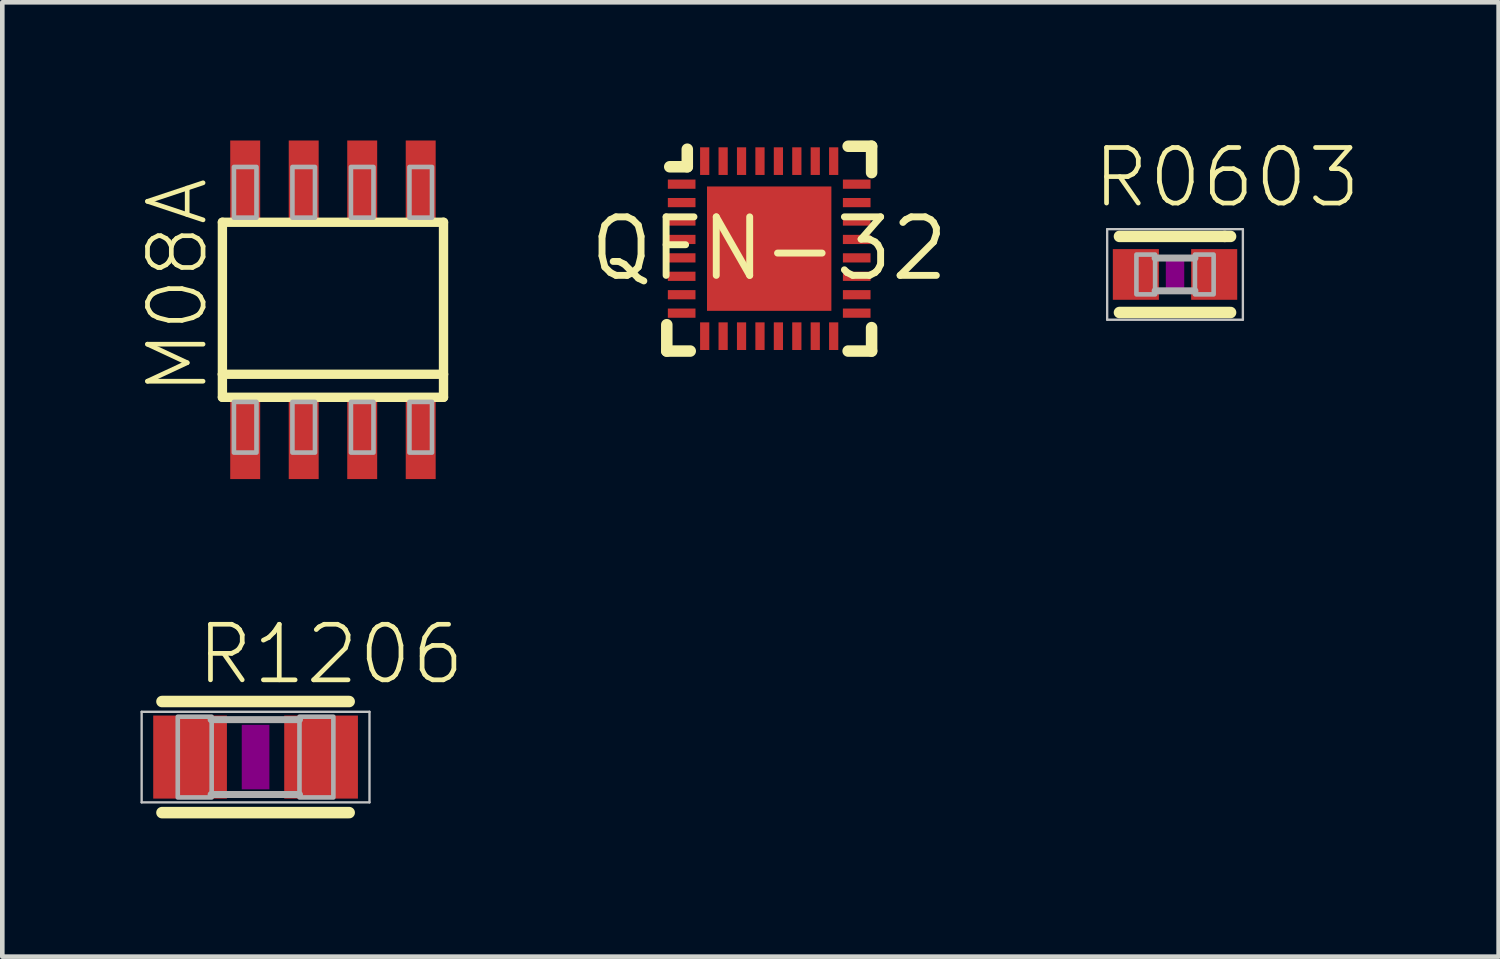
<source format=kicad_pcb>
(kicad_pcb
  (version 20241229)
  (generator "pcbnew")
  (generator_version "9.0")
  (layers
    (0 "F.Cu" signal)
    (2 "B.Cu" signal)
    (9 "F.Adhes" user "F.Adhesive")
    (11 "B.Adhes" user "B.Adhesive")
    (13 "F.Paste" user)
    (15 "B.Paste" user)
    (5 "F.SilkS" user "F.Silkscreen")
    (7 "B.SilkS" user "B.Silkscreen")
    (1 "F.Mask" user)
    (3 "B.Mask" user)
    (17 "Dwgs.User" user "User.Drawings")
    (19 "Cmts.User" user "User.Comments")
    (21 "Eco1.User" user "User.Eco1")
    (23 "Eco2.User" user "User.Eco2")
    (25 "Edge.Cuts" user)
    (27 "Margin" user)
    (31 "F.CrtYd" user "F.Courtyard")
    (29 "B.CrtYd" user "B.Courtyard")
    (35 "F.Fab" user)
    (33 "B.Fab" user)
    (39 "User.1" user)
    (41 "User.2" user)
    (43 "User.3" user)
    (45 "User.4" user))
  (footprint "R0603"
    (layer "F.Cu")
    (at 22.458 2.908)
    (property "Reference" "R0603" (at -1.841 -1.397 0) (layer "F.SilkS") (effects (font (size 1.206 1.206) (thickness 0.102)) (justify left bottom)))
    (attr through_hole)
    (fp_line (start -1.206 -0.826) (end 1.079 -0.826) (stroke (width 0.25) (type solid)) (layer "F.SilkS"))
    (fp_line (start -1.206 0.826) (end 1.206 0.826) (stroke (width 0.25) (type solid)) (layer "F.SilkS"))
    (fp_line (start 1.079 -0.826) (end 1.206 -0.826) (stroke (width 0.25) (type solid)) (layer "F.SilkS"))
    (fp_poly (pts (xy -0.2 0.4) (xy 0.2 0.4) (xy 0.2 -0.4) (xy -0.2 -0.4)) (stroke (width 0) (type solid)) (fill yes) (layer "F.Adhes"))
    (fp_line (start -1.473 -0.983) (end 1.473 -0.983) (stroke (width 0.051) (type solid)) (layer "Dwgs.User"))
    (fp_line (start -1.473 0.983) (end -1.473 -0.983) (stroke (width 0.051) (type solid)) (layer "Dwgs.User"))
    (fp_line (start 1.473 -0.983) (end 1.473 0.983) (stroke (width 0.051) (type solid)) (layer "Dwgs.User"))
    (fp_line (start 1.473 0.983) (end -1.473 0.983) (stroke (width 0.051) (type solid)) (layer "Dwgs.User"))
    (fp_line (start -0.432 0.356) (end 0.432 0.356) (stroke (width 0.152) (type solid)) (layer "F.Fab"))
    (fp_line (start 0.432 -0.356) (end -0.432 -0.356) (stroke (width 0.152) (type solid)) (layer "F.Fab"))
    (fp_poly (pts (xy -0.838 0.432) (xy -0.432 0.432) (xy -0.432 -0.432) (xy -0.838 -0.432)) (stroke (width 0.1) (type solid)) (fill no) (layer "F.Fab"))
    (fp_poly (pts (xy 0.432 0.432) (xy 0.838 0.432) (xy 0.838 -0.432) (xy 0.432 -0.432)) (stroke (width 0.1) (type solid)) (fill no) (layer "F.Fab"))
    (pad "1" smd rect (at -0.85 0) (size 1 1.1) (layers "F.Cu" "F.Mask" "F.Paste"))
    (pad "2" smd rect (at 0.85 0) (size 1 1.1) (layers "F.Cu" "F.Mask" "F.Paste")))
  (footprint "R1206"
    (layer "F.Cu")
    (at 2.498 13.385)
    (property "Reference" "R1206" (at -1.333 -1.524 0) (layer "F.SilkS") (effects (font (size 1.206 1.206) (thickness 0.102)) (justify left bottom)))
    (attr through_hole)
    (fp_line (start -2.032 -1.206) (end 2.032 -1.206) (stroke (width 0.25) (type solid)) (layer "F.SilkS"))
    (fp_line (start -2.032 1.206) (end 2.032 1.206) (stroke (width 0.25) (type solid)) (layer "F.SilkS"))
    (fp_poly (pts (xy -0.3 0.7) (xy 0.3 0.7) (xy 0.3 -0.7) (xy -0.3 -0.7)) (stroke (width 0) (type solid)) (fill yes) (layer "F.Adhes"))
    (fp_line (start -2.473 -0.983) (end 2.473 -0.983) (stroke (width 0.051) (type solid)) (layer "Dwgs.User"))
    (fp_line (start -2.473 0.983) (end -2.473 -0.983) (stroke (width 0.051) (type solid)) (layer "Dwgs.User"))
    (fp_line (start 2.473 -0.983) (end 2.473 0.983) (stroke (width 0.051) (type solid)) (layer "Dwgs.User"))
    (fp_line (start 2.473 0.983) (end -2.473 0.983) (stroke (width 0.051) (type solid)) (layer "Dwgs.User"))
    (fp_line (start 0.953 -0.813) (end -0.965 -0.813) (stroke (width 0.152) (type solid)) (layer "F.Fab"))
    (fp_line (start 0.953 0.813) (end -0.965 0.813) (stroke (width 0.152) (type solid)) (layer "F.Fab"))
    (fp_poly (pts (xy -1.689 0.876) (xy -0.953 0.876) (xy -0.953 -0.876) (xy -1.689 -0.876)) (stroke (width 0.1) (type solid)) (fill no) (layer "F.Fab"))
    (fp_poly (pts (xy 0.953 0.876) (xy 1.689 0.876) (xy 1.689 -0.876) (xy 0.953 -0.876)) (stroke (width 0.1) (type solid)) (fill no) (layer "F.Fab"))
    (pad "1" smd rect (at -1.422 0) (size 1.6 1.803) (layers "F.Cu" "F.Mask" "F.Paste"))
    (pad "2" smd rect (at 1.422 0) (size 1.6 1.803) (layers "F.Cu" "F.Mask" "F.Paste")))
  (footprint "QFN-32"
    (layer "F.Cu")
    (at 13.648 2.348)
    (property "Reference" "QFN-32" (at 0 0 0) (layer "F.SilkS") (effects (font (size 1.27 1.27) (thickness 0.15))))
    (attr through_hole)
    (fp_line (start -2.223 1.651) (end -2.223 2.223) (stroke (width 0.25) (type solid)) (layer "F.SilkS"))
    (fp_line (start -2.223 2.223) (end -1.714 2.223) (stroke (width 0.25) (type solid)) (layer "F.SilkS"))
    (fp_line (start -2.159 -1.778) (end -1.778 -1.778) (stroke (width 0.25) (type solid)) (layer "F.SilkS"))
    (fp_line (start -1.778 -1.778) (end -1.778 -2.159) (stroke (width 0.25) (type solid)) (layer "F.SilkS"))
    (fp_line (start 1.714 2.223) (end 2.223 2.223) (stroke (width 0.25) (type solid)) (layer "F.SilkS"))
    (fp_line (start 2.223 -2.223) (end 1.714 -2.223) (stroke (width 0.25) (type solid)) (layer "F.SilkS"))
    (fp_line (start 2.223 -1.651) (end 2.223 -2.223) (stroke (width 0.25) (type solid)) (layer "F.SilkS"))
    (fp_line (start 2.223 2.223) (end 2.223 1.714) (stroke (width 0.25) (type solid)) (layer "F.SilkS"))
    (pad "1" smd rect (at -1.9 -1.4) (size 0.6 0.2) (layers "F.Cu" "F.Mask" "F.Paste"))
    (pad "2" smd rect (at -1.9 -1) (size 0.6 0.2) (layers "F.Cu" "F.Mask" "F.Paste"))
    (pad "3" smd rect (at -1.9 -0.6) (size 0.6 0.2) (layers "F.Cu" "F.Mask" "F.Paste"))
    (pad "4" smd rect (at -1.9 -0.2) (size 0.6 0.2) (layers "F.Cu" "F.Mask" "F.Paste"))
    (pad "5" smd rect (at -1.9 0.2) (size 0.6 0.2) (layers "F.Cu" "F.Mask" "F.Paste"))
    (pad "6" smd rect (at -1.9 0.6) (size 0.6 0.2) (layers "F.Cu" "F.Mask" "F.Paste"))
    (pad "7" smd rect (at -1.9 1) (size 0.6 0.2) (layers "F.Cu" "F.Mask" "F.Paste"))
    (pad "8" smd rect (at -1.9 1.4) (size 0.6 0.2) (layers "F.Cu" "F.Mask" "F.Paste"))
    (pad "9" smd rect (at -1.4 1.9 90) (size 0.6 0.2) (layers "F.Cu" "F.Mask" "F.Paste"))
    (pad "10" smd rect (at -1 1.9 90) (size 0.6 0.2) (layers "F.Cu" "F.Mask" "F.Paste"))
    (pad "11" smd rect (at -0.6 1.9 90) (size 0.6 0.2) (layers "F.Cu" "F.Mask" "F.Paste"))
    (pad "12" smd rect (at -0.2 1.9 90) (size 0.6 0.2) (layers "F.Cu" "F.Mask" "F.Paste"))
    (pad "13" smd rect (at 0.2 1.9 90) (size 0.6 0.2) (layers "F.Cu" "F.Mask" "F.Paste"))
    (pad "14" smd rect (at 0.6 1.9 90) (size 0.6 0.2) (layers "F.Cu" "F.Mask" "F.Paste"))
    (pad "15" smd rect (at 1 1.9 90) (size 0.6 0.2) (layers "F.Cu" "F.Mask" "F.Paste"))
    (pad "16" smd rect (at 1.4 1.9 90) (size 0.6 0.2) (layers "F.Cu" "F.Mask" "F.Paste"))
    (pad "17" smd rect (at 1.9 1.4 180) (size 0.6 0.2) (layers "F.Cu" "F.Mask" "F.Paste"))
    (pad "18" smd rect (at 1.9 1 180) (size 0.6 0.2) (layers "F.Cu" "F.Mask" "F.Paste"))
    (pad "19" smd rect (at 1.9 0.6 180) (size 0.6 0.2) (layers "F.Cu" "F.Mask" "F.Paste"))
    (pad "20" smd rect (at 1.9 0.2 180) (size 0.6 0.2) (layers "F.Cu" "F.Mask" "F.Paste"))
    (pad "21" smd rect (at 1.9 -0.2 180) (size 0.6 0.2) (layers "F.Cu" "F.Mask" "F.Paste"))
    (pad "22" smd rect (at 1.9 -0.6 180) (size 0.6 0.2) (layers "F.Cu" "F.Mask" "F.Paste"))
    (pad "23" smd rect (at 1.9 -1 180) (size 0.6 0.2) (layers "F.Cu" "F.Mask" "F.Paste"))
    (pad "24" smd rect (at 1.9 -1.4 180) (size 0.6 0.2) (layers "F.Cu" "F.Mask" "F.Paste"))
    (pad "25" smd rect (at 1.4 -1.9 270) (size 0.6 0.2) (layers "F.Cu" "F.Mask" "F.Paste"))
    (pad "26" smd rect (at 1 -1.9 270) (size 0.6 0.2) (layers "F.Cu" "F.Mask" "F.Paste"))
    (pad "27" smd rect (at 0.6 -1.9 270) (size 0.6 0.2) (layers "F.Cu" "F.Mask" "F.Paste"))
    (pad "28" smd rect (at 0.2 -1.9 270) (size 0.6 0.2) (layers "F.Cu" "F.Mask" "F.Paste"))
    (pad "29" smd rect (at -0.2 -1.9 270) (size 0.6 0.2) (layers "F.Cu" "F.Mask" "F.Paste"))
    (pad "30" smd rect (at -0.6 -1.9 270) (size 0.6 0.2) (layers "F.Cu" "F.Mask" "F.Paste"))
    (pad "31" smd rect (at -1 -1.9 270) (size 0.6 0.2) (layers "F.Cu" "F.Mask" "F.Paste"))
    (pad "32" smd rect (at -1.4 -1.9 270) (size 0.6 0.2) (layers "F.Cu" "F.Mask" "F.Paste"))
    (pad "P$1" smd rect (at 0 0) (size 2.7 2.7) (layers "F.Cu" "F.Mask" "F.Paste")))
  (footprint "M08A"
    (layer "F.Cu")
    (at 4.178 3.675)
    (property "Reference" "M08A" (at -2.667 1.905 90) (layer "F.SilkS") (effects (font (size 1.206 1.206) (thickness 0.102)) (justify left bottom)))
    (attr through_hole)
    (fp_line (start -2.4 -1.9) (end 2.4 -1.9) (stroke (width 0.203) (type solid)) (layer "F.SilkS"))
    (fp_line (start -2.4 1.4) (end -2.4 -1.9) (stroke (width 0.203) (type solid)) (layer "F.SilkS"))
    (fp_line (start -2.4 1.9) (end -2.4 1.4) (stroke (width 0.203) (type solid)) (layer "F.SilkS"))
    (fp_line (start 2.4 -1.9) (end 2.4 1.4) (stroke (width 0.203) (type solid)) (layer "F.SilkS"))
    (fp_line (start 2.4 1.4) (end -2.4 1.4) (stroke (width 0.203) (type solid)) (layer "F.SilkS"))
    (fp_line (start 2.4 1.4) (end 2.4 1.9) (stroke (width 0.203) (type solid)) (layer "F.SilkS"))
    (fp_line (start 2.4 1.9) (end -2.4 1.9) (stroke (width 0.203) (type solid)) (layer "F.SilkS"))
    (fp_poly (pts (xy -2.15 -2) (xy -1.66 -2) (xy -1.66 -3.1) (xy -2.15 -3.1)) (stroke (width 0.1) (type solid)) (fill no) (layer "F.Fab"))
    (fp_poly (pts (xy -2.15 3.1) (xy -1.66 3.1) (xy -1.66 2) (xy -2.15 2)) (stroke (width 0.1) (type solid)) (fill no) (layer "F.Fab"))
    (fp_poly (pts (xy -0.88 -2) (xy -0.39 -2) (xy -0.39 -3.1) (xy -0.88 -3.1)) (stroke (width 0.1) (type solid)) (fill no) (layer "F.Fab"))
    (fp_poly (pts (xy -0.88 3.1) (xy -0.39 3.1) (xy -0.39 2) (xy -0.88 2)) (stroke (width 0.1) (type solid)) (fill no) (layer "F.Fab"))
    (fp_poly (pts (xy 0.39 -2) (xy 0.88 -2) (xy 0.88 -3.1) (xy 0.39 -3.1)) (stroke (width 0.1) (type solid)) (fill no) (layer "F.Fab"))
    (fp_poly (pts (xy 0.39 3.1) (xy 0.88 3.1) (xy 0.88 2) (xy 0.39 2)) (stroke (width 0.1) (type solid)) (fill no) (layer "F.Fab"))
    (fp_poly (pts (xy 1.66 -2) (xy 2.15 -2) (xy 2.15 -3.1) (xy 1.66 -3.1)) (stroke (width 0.1) (type solid)) (fill no) (layer "F.Fab"))
    (fp_poly (pts (xy 1.66 3.1) (xy 2.15 3.1) (xy 2.15 2) (xy 1.66 2)) (stroke (width 0.1) (type solid)) (fill no) (layer "F.Fab"))
    (pad "1" smd rect (at -1.905 2.8) (size 0.65 1.75) (layers "F.Cu" "F.Mask" "F.Paste"))
    (pad "2" smd rect (at -0.635 2.8) (size 0.65 1.75) (layers "F.Cu" "F.Mask" "F.Paste"))
    (pad "3" smd rect (at 0.635 2.8) (size 0.65 1.75) (layers "F.Cu" "F.Mask" "F.Paste"))
    (pad "4" smd rect (at 1.905 2.8) (size 0.65 1.75) (layers "F.Cu" "F.Mask" "F.Paste"))
    (pad "5" smd rect (at 1.905 -2.8) (size 0.65 1.75) (layers "F.Cu" "F.Mask" "F.Paste"))
    (pad "6" smd rect (at 0.635 -2.8) (size 0.65 1.75) (layers "F.Cu" "F.Mask" "F.Paste"))
    (pad "7" smd rect (at -0.635 -2.8) (size 0.65 1.75) (layers "F.Cu" "F.Mask" "F.Paste"))
    (pad "8" smd rect (at -1.905 -2.8) (size 0.65 1.75) (layers "F.Cu" "F.Mask" "F.Paste")))
  (gr_rect
    (start -3 -3)
    (end 29.483 17.717)
    (stroke (width 0.1) (type default))
    (fill no)
    (layer "Edge.Cuts")))
</source>
